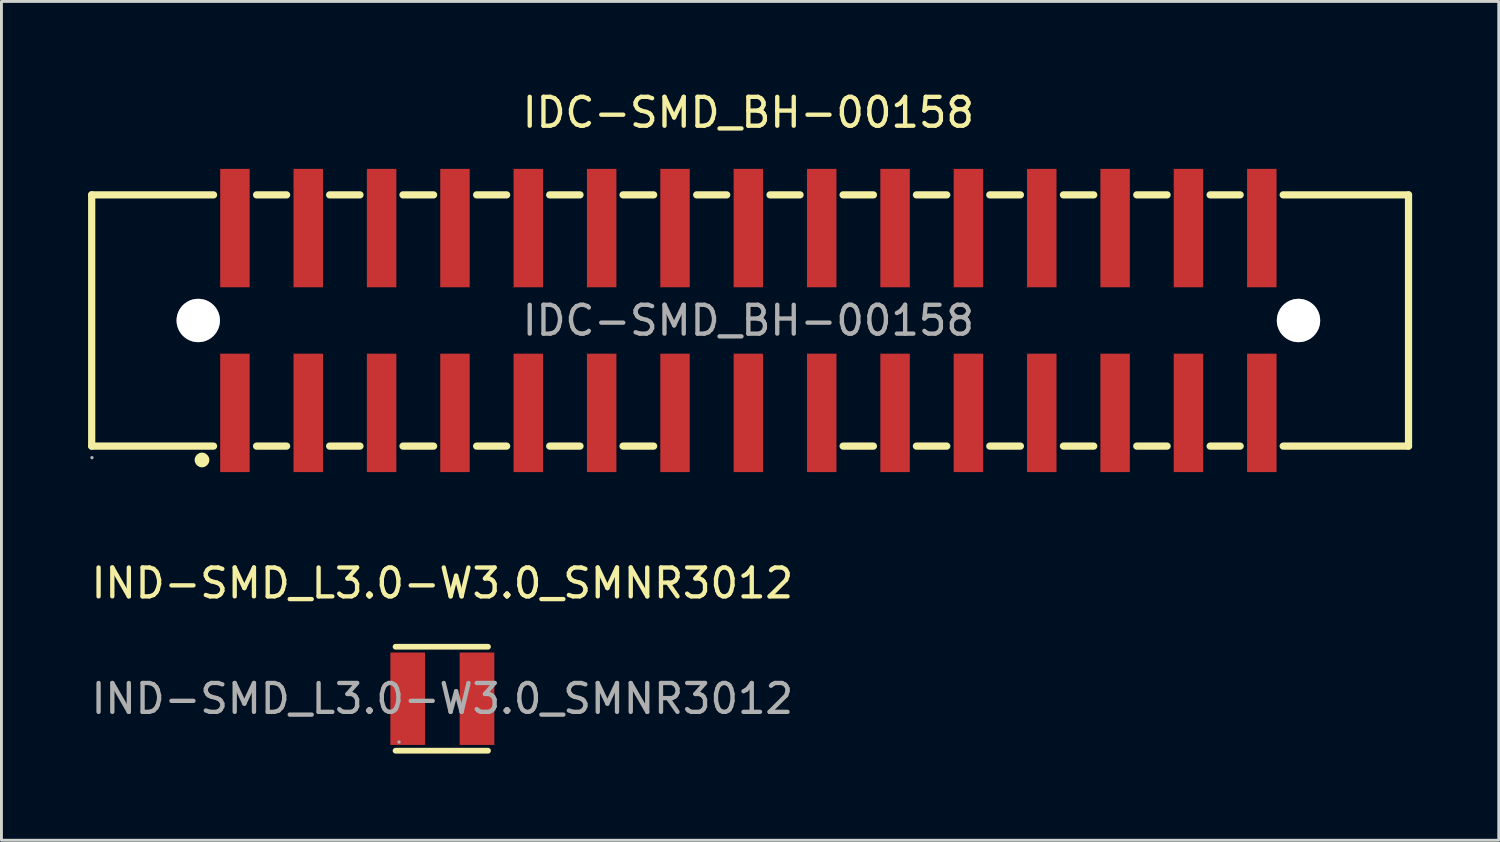
<source format=kicad_pcb>
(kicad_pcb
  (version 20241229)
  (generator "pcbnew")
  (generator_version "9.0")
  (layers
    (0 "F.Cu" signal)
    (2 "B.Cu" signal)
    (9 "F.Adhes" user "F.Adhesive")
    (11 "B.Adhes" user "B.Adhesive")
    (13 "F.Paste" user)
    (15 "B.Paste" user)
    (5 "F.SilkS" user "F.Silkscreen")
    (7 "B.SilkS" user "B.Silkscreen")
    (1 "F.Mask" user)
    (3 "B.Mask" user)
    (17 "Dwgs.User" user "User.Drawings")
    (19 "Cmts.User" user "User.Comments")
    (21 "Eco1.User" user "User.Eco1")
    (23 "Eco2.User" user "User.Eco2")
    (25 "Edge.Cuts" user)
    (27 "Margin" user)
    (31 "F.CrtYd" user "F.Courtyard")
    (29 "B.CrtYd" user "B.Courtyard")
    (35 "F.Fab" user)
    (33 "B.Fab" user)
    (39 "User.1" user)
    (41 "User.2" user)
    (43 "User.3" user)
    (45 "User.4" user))
  (footprint "IDC-SMD_BH-00158"
    (layer "F.Cu")
    (at 22.865 8.048)
    (property "Reference" "IDC-SMD_BH-00158" (at 0 -7.2 0) (layer "F.SilkS") (effects (font (size 1 1) (thickness 0.15))))
    (attr through_hole)
    (fp_line (start -22.74 -4.35) (end -22.74 4.35) (stroke (width 0.25) (type solid)) (layer "F.SilkS"))
    (fp_line (start -22.74 -4.35) (end -18.52 -4.35) (stroke (width 0.25) (type solid)) (layer "F.SilkS"))
    (fp_line (start -22.74 4.35) (end -18.52 4.35) (stroke (width 0.25) (type solid)) (layer "F.SilkS"))
    (fp_line (start -17.03 -4.35) (end -15.99 -4.35) (stroke (width 0.25) (type solid)) (layer "F.SilkS"))
    (fp_line (start -17.03 4.35) (end -15.99 4.35) (stroke (width 0.25) (type solid)) (layer "F.SilkS"))
    (fp_line (start -14.5 -4.35) (end -13.45 -4.35) (stroke (width 0.25) (type solid)) (layer "F.SilkS"))
    (fp_line (start -14.5 4.35) (end -13.45 4.35) (stroke (width 0.25) (type solid)) (layer "F.SilkS"))
    (fp_line (start -11.96 -4.35) (end -10.9 -4.35) (stroke (width 0.25) (type solid)) (layer "F.SilkS"))
    (fp_line (start -11.96 4.35) (end -10.9 4.35) (stroke (width 0.25) (type solid)) (layer "F.SilkS"))
    (fp_line (start -9.41 -4.35) (end -8.37 -4.35) (stroke (width 0.25) (type solid)) (layer "F.SilkS"))
    (fp_line (start -9.41 4.35) (end -8.37 4.35) (stroke (width 0.25) (type solid)) (layer "F.SilkS"))
    (fp_line (start -6.88 -4.35) (end -5.83 -4.35) (stroke (width 0.25) (type solid)) (layer "F.SilkS"))
    (fp_line (start -6.88 4.35) (end -5.83 4.35) (stroke (width 0.25) (type solid)) (layer "F.SilkS"))
    (fp_line (start -4.34 -4.35) (end -3.28 -4.35) (stroke (width 0.25) (type solid)) (layer "F.SilkS"))
    (fp_line (start -4.34 4.35) (end -3.28 4.35) (stroke (width 0.25) (type solid)) (layer "F.SilkS"))
    (fp_line (start -1.79 -4.35) (end -0.75 -4.35) (stroke (width 0.25) (type solid)) (layer "F.SilkS"))
    (fp_line (start 0.75 -4.35) (end 1.79 -4.35) (stroke (width 0.25) (type solid)) (layer "F.SilkS"))
    (fp_line (start 3.28 -4.35) (end 4.33 -4.35) (stroke (width 0.25) (type solid)) (layer "F.SilkS"))
    (fp_line (start 3.28 4.35) (end 4.33 4.35) (stroke (width 0.25) (type solid)) (layer "F.SilkS"))
    (fp_line (start 5.82 -4.35) (end 6.87 -4.35) (stroke (width 0.25) (type solid)) (layer "F.SilkS"))
    (fp_line (start 5.82 4.35) (end 6.87 4.35) (stroke (width 0.25) (type solid)) (layer "F.SilkS"))
    (fp_line (start 8.36 -4.35) (end 9.42 -4.35) (stroke (width 0.25) (type solid)) (layer "F.SilkS"))
    (fp_line (start 8.36 4.35) (end 9.42 4.35) (stroke (width 0.25) (type solid)) (layer "F.SilkS"))
    (fp_line (start 10.91 -4.35) (end 11.96 -4.35) (stroke (width 0.25) (type solid)) (layer "F.SilkS"))
    (fp_line (start 10.91 4.35) (end 11.96 4.35) (stroke (width 0.25) (type solid)) (layer "F.SilkS"))
    (fp_line (start 13.45 -4.35) (end 14.5 -4.35) (stroke (width 0.25) (type solid)) (layer "F.SilkS"))
    (fp_line (start 13.45 4.35) (end 14.5 4.35) (stroke (width 0.25) (type solid)) (layer "F.SilkS"))
    (fp_line (start 15.99 -4.35) (end 17.03 -4.35) (stroke (width 0.25) (type solid)) (layer "F.SilkS"))
    (fp_line (start 15.99 4.35) (end 17.03 4.35) (stroke (width 0.25) (type solid)) (layer "F.SilkS"))
    (fp_line (start 18.52 -4.35) (end 22.86 -4.35) (stroke (width 0.25) (type solid)) (layer "F.SilkS"))
    (fp_line (start 18.52 4.35) (end 22.86 4.35) (stroke (width 0.25) (type solid)) (layer "F.SilkS"))
    (fp_line (start 22.86 -4.35) (end 22.86 4.35) (stroke (width 0.25) (type solid)) (layer "F.SilkS"))
    (fp_circle (center -18.92 4.83) (end -18.79 4.83) (stroke (width 0.25) (type solid)) (fill no) (layer "F.SilkS"))
    (fp_circle (center -22.73 4.75) (end -22.7 4.75) (stroke (width 0.06) (type solid)) (fill no) (layer "F.Fab"))
    (fp_circle (center -19.05 0) (end -18.72 0) (stroke (width 0.65) (type solid)) (fill no) (layer "F.Fab"))
    (fp_circle (center 19.05 0) (end 19.38 0) (stroke (width 0.65) (type solid)) (fill no) (layer "F.Fab"))
    (fp_text user "${REFERENCE}" (at 0 0 0) (layer "F.Fab") (effects (font (size 1 1) (thickness 0.15))))
    (pad "" thru_hole circle (at -19.05 0) (size 1.5 1.5) (drill 1.5) (layers "*.Cu" "*.Mask"))
    (pad "" thru_hole circle (at 19.05 0) (size 1.5 1.5) (drill 1.5) (layers "*.Cu" "*.Mask"))
    (pad "1" smd rect (at -17.78 3.2) (size 1.02 4.1) (layers "F.Cu" "F.Mask" "F.Paste"))
    (pad "2" smd rect (at -17.78 -3.2) (size 1.02 4.1) (layers "F.Cu" "F.Mask" "F.Paste"))
    (pad "3" smd rect (at -15.24 3.2) (size 1.02 4.1) (layers "F.Cu" "F.Mask" "F.Paste"))
    (pad "4" smd rect (at -15.24 -3.2) (size 1.02 4.1) (layers "F.Cu" "F.Mask" "F.Paste"))
    (pad "5" smd rect (at -12.7 3.2) (size 1.02 4.1) (layers "F.Cu" "F.Mask" "F.Paste"))
    (pad "6" smd rect (at -12.7 -3.2) (size 1.02 4.1) (layers "F.Cu" "F.Mask" "F.Paste"))
    (pad "7" smd rect (at -10.16 3.2) (size 1.02 4.1) (layers "F.Cu" "F.Mask" "F.Paste"))
    (pad "8" smd rect (at -10.16 -3.2) (size 1.02 4.1) (layers "F.Cu" "F.Mask" "F.Paste"))
    (pad "9" smd rect (at -7.62 3.2) (size 1.02 4.1) (layers "F.Cu" "F.Mask" "F.Paste"))
    (pad "10" smd rect (at -7.62 -3.2) (size 1.02 4.1) (layers "F.Cu" "F.Mask" "F.Paste"))
    (pad "11" smd rect (at -5.08 3.2) (size 1.02 4.1) (layers "F.Cu" "F.Mask" "F.Paste"))
    (pad "12" smd rect (at -5.08 -3.2) (size 1.02 4.1) (layers "F.Cu" "F.Mask" "F.Paste"))
    (pad "13" smd rect (at -2.54 3.2) (size 1.02 4.1) (layers "F.Cu" "F.Mask" "F.Paste"))
    (pad "14" smd rect (at -2.54 -3.2) (size 1.02 4.1) (layers "F.Cu" "F.Mask" "F.Paste"))
    (pad "15" smd rect (at 0 3.2) (size 1.02 4.1) (layers "F.Cu" "F.Mask" "F.Paste"))
    (pad "16" smd rect (at 0 -3.2) (size 1.02 4.1) (layers "F.Cu" "F.Mask" "F.Paste"))
    (pad "17" smd rect (at 2.54 3.2) (size 1.02 4.1) (layers "F.Cu" "F.Mask" "F.Paste"))
    (pad "18" smd rect (at 2.54 -3.2) (size 1.02 4.1) (layers "F.Cu" "F.Mask" "F.Paste"))
    (pad "19" smd rect (at 5.08 3.2) (size 1.02 4.1) (layers "F.Cu" "F.Mask" "F.Paste"))
    (pad "20" smd rect (at 5.08 -3.2) (size 1.02 4.1) (layers "F.Cu" "F.Mask" "F.Paste"))
    (pad "21" smd rect (at 7.62 3.2) (size 1.02 4.1) (layers "F.Cu" "F.Mask" "F.Paste"))
    (pad "22" smd rect (at 7.62 -3.2) (size 1.02 4.1) (layers "F.Cu" "F.Mask" "F.Paste"))
    (pad "23" smd rect (at 10.16 3.2) (size 1.02 4.1) (layers "F.Cu" "F.Mask" "F.Paste"))
    (pad "24" smd rect (at 10.16 -3.2) (size 1.02 4.1) (layers "F.Cu" "F.Mask" "F.Paste"))
    (pad "25" smd rect (at 12.7 3.2) (size 1.02 4.1) (layers "F.Cu" "F.Mask" "F.Paste"))
    (pad "26" smd rect (at 12.7 -3.2) (size 1.02 4.1) (layers "F.Cu" "F.Mask" "F.Paste"))
    (pad "27" smd rect (at 15.24 3.2) (size 1.02 4.1) (layers "F.Cu" "F.Mask" "F.Paste"))
    (pad "28" smd rect (at 15.24 -3.2) (size 1.02 4.1) (layers "F.Cu" "F.Mask" "F.Paste"))
    (pad "29" smd rect (at 17.78 3.2) (size 1.02 4.1) (layers "F.Cu" "F.Mask" "F.Paste"))
    (pad "30" smd rect (at 17.78 -3.2) (size 1.02 4.1) (layers "F.Cu" "F.Mask" "F.Paste")))
  (footprint "IND-SMD_L3.0-W3.0_SMNR3012"
    (layer "F.Cu")
    (at 12.268 21.146)
    (property "Reference" "IND-SMD_L3.0-W3.0_SMNR3012" (at 0 -4 0) (layer "F.SilkS") (effects (font (size 1 1) (thickness 0.15))))
    (attr through_hole)
    (fp_line (start -1.62 -1.8) (end 1.58 -1.8) (stroke (width 0.2) (type solid)) (layer "F.SilkS"))
    (fp_line (start -1.62 1.8) (end 1.58 1.8) (stroke (width 0.2) (type solid)) (layer "F.SilkS"))
    (fp_circle (center -1.5 1.5) (end -1.47 1.5) (stroke (width 0.06) (type solid)) (fill no) (layer "F.Fab"))
    (fp_text user "${REFERENCE}" (at 0 0 0) (layer "F.Fab") (effects (font (size 1 1) (thickness 0.15))))
    (pad "1" smd rect (at -1.2 0 180) (size 1.2 3.2) (layers "F.Cu" "F.Mask" "F.Paste"))
    (pad "2" smd rect (at 1.2 0 180) (size 1.2 3.2) (layers "F.Cu" "F.Mask" "F.Paste")))
  (gr_rect
    (start -3 -3)
    (end 48.85 26.047)
    (stroke (width 0.1) (type default))
    (fill no)
    (layer "Edge.Cuts")))
</source>
